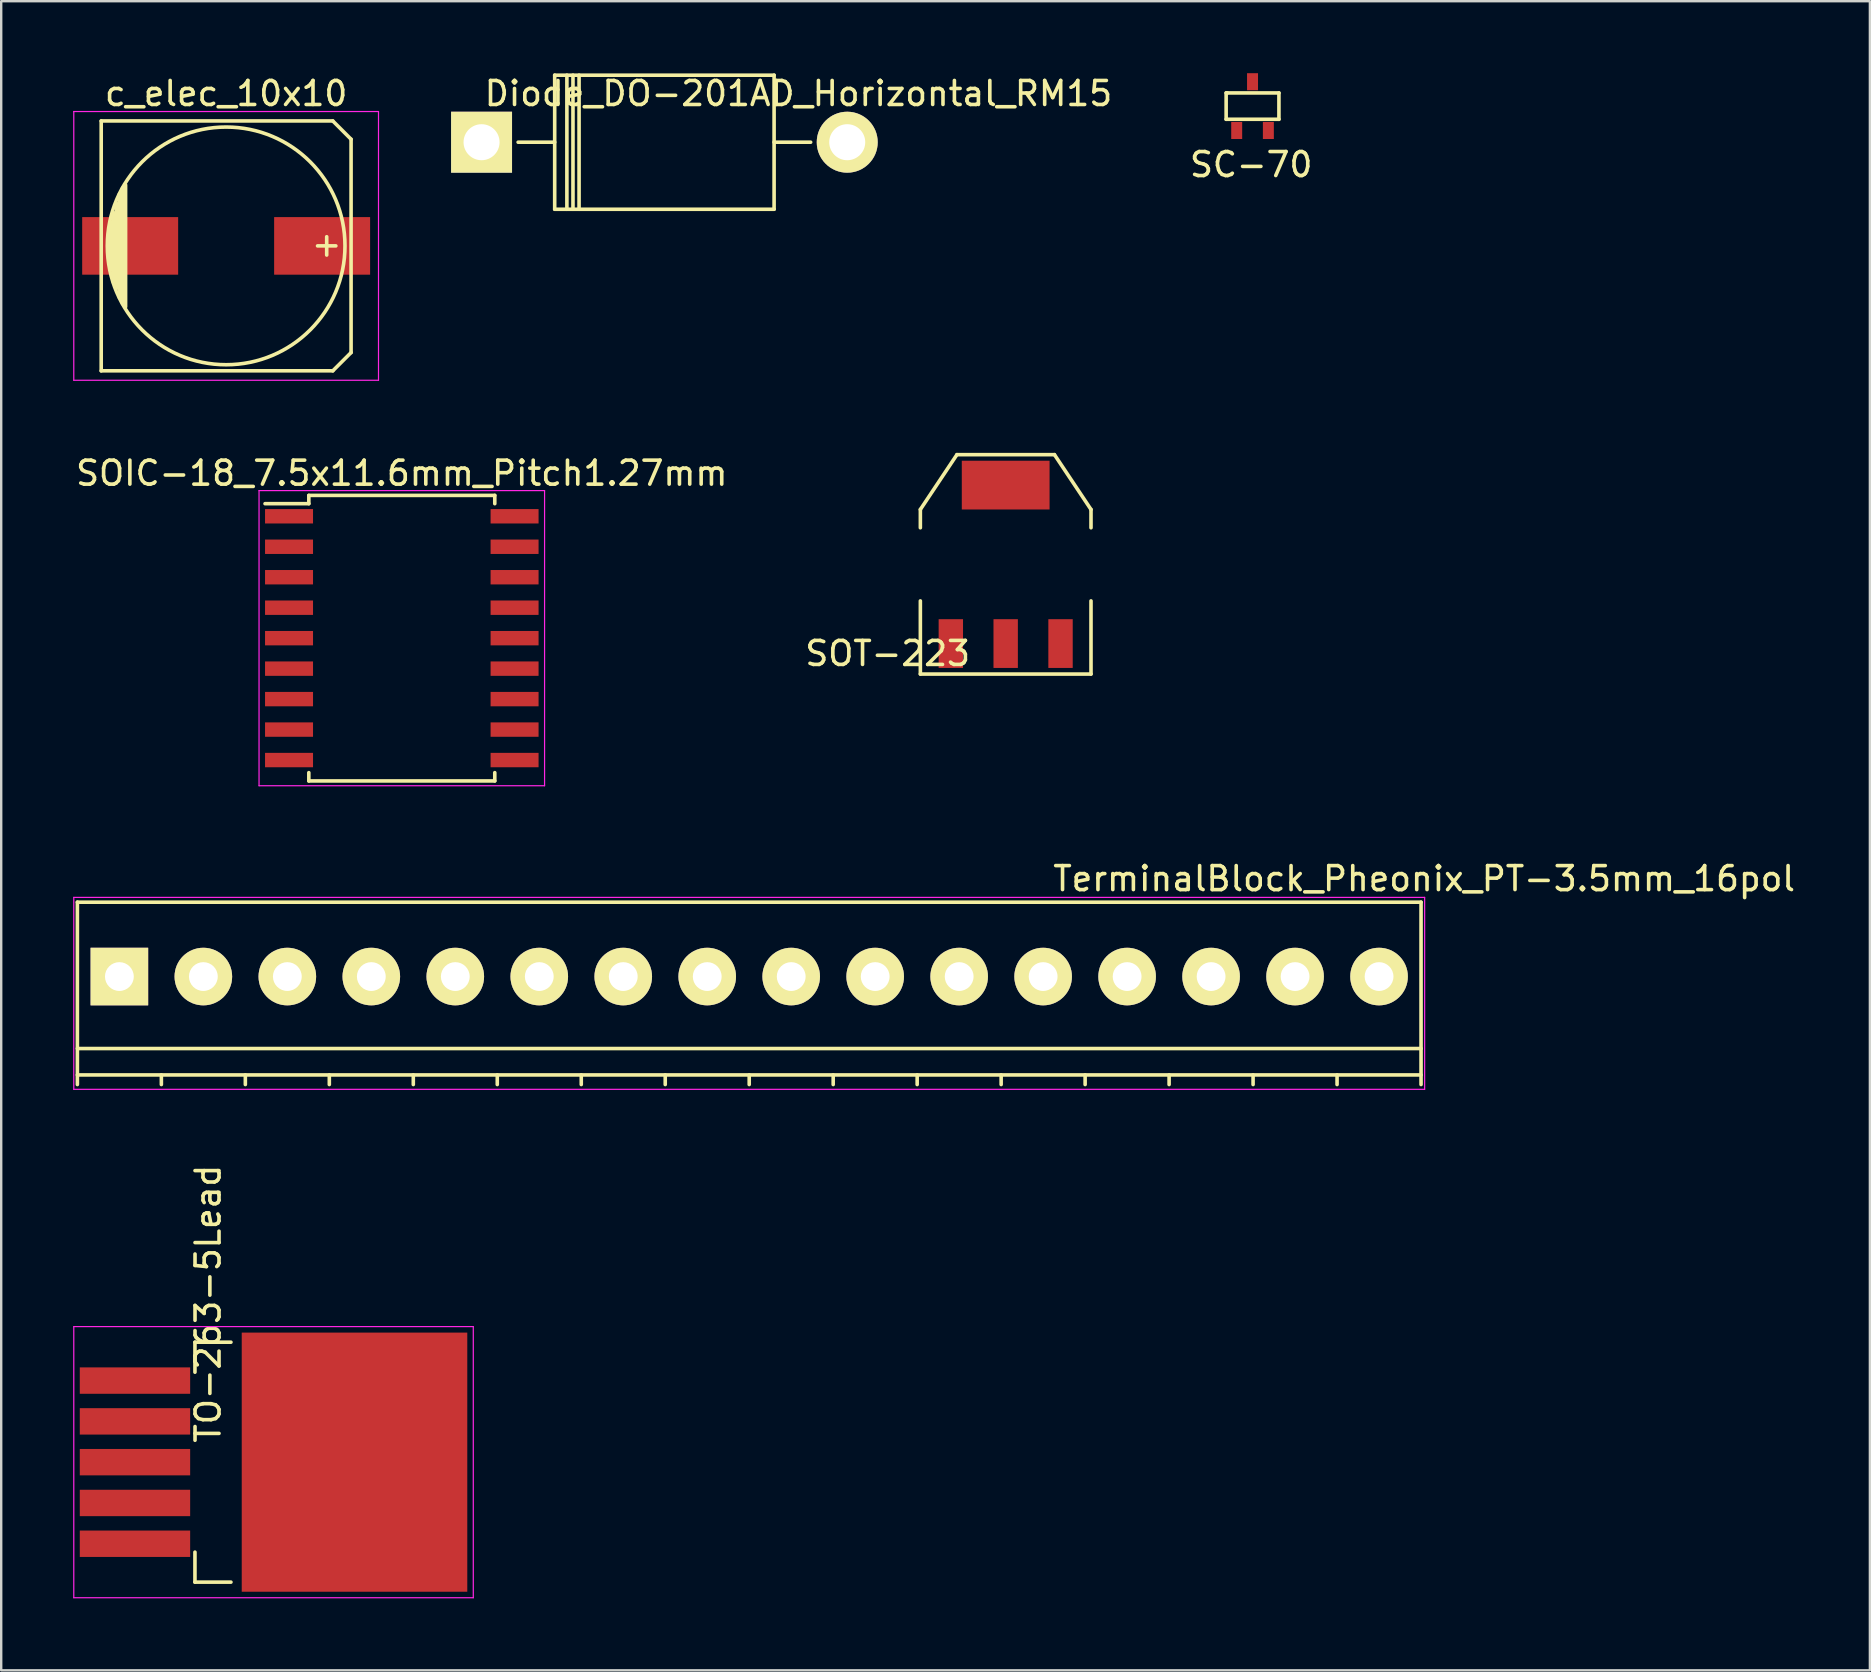
<source format=kicad_pcb>
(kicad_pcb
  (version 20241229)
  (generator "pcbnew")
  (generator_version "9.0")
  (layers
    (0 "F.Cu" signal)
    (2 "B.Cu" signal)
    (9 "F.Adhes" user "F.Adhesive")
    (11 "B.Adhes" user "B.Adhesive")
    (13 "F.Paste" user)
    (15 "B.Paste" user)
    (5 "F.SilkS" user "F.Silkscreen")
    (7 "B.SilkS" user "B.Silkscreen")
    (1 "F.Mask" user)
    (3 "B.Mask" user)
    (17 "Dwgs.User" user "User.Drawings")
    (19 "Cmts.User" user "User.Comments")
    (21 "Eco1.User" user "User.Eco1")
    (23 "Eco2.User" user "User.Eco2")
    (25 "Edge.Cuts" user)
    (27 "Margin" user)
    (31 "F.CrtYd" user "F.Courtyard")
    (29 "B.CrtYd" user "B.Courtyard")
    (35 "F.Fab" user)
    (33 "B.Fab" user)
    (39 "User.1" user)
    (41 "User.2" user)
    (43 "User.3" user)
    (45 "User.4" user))
  (footprint "c_elec_10x10"
    (layer "F.Cu")
    (at 6.375 7.198)
    (property "Reference" "c_elec_10x10" (at 0 -6.35 0) (layer "F.SilkS") (effects (font (size 1 1) (thickness 0.15))))
    (attr smd)
    (fp_line (start -5.207 -5.207) (end -5.207 5.207) (stroke (width 0.15) (type solid)) (layer "F.SilkS"))
    (fp_line (start -5.207 5.207) (end 4.445 5.207) (stroke (width 0.15) (type solid)) (layer "F.SilkS"))
    (fp_line (start -4.826 1.016) (end -4.826 -1.016) (stroke (width 0.15) (type solid)) (layer "F.SilkS"))
    (fp_line (start -4.699 -1.397) (end -4.699 1.524) (stroke (width 0.15) (type solid)) (layer "F.SilkS"))
    (fp_line (start -4.572 1.778) (end -4.572 -1.778) (stroke (width 0.15) (type solid)) (layer "F.SilkS"))
    (fp_line (start -4.445 -2.159) (end -4.445 2.159) (stroke (width 0.15) (type solid)) (layer "F.SilkS"))
    (fp_line (start -4.318 2.413) (end -4.318 -2.413) (stroke (width 0.15) (type solid)) (layer "F.SilkS"))
    (fp_line (start -4.191 -2.54) (end -4.191 2.54) (stroke (width 0.15) (type solid)) (layer "F.SilkS"))
    (fp_line (start 4.191 -0.381) (end 4.191 0.381) (stroke (width 0.15) (type solid)) (layer "F.SilkS"))
    (fp_line (start 4.445 -5.207) (end -5.207 -5.207) (stroke (width 0.15) (type solid)) (layer "F.SilkS"))
    (fp_line (start 4.445 5.207) (end 5.207 4.445) (stroke (width 0.15) (type solid)) (layer "F.SilkS"))
    (fp_line (start 4.572 0) (end 3.81 0) (stroke (width 0.15) (type solid)) (layer "F.SilkS"))
    (fp_line (start 5.207 -4.445) (end 4.445 -5.207) (stroke (width 0.15) (type solid)) (layer "F.SilkS"))
    (fp_line (start 5.207 4.445) (end 5.207 -4.445) (stroke (width 0.15) (type solid)) (layer "F.SilkS"))
    (fp_circle (center 0 0) (end 4.953 0) (stroke (width 0.15) (type solid)) (fill no) (layer "F.SilkS"))
    (fp_line (start -6.35 -5.6) (end 6.35 -5.6) (stroke (width 0.05) (type solid)) (layer "F.CrtYd"))
    (fp_line (start -6.35 5.6) (end -6.35 -5.6) (stroke (width 0.05) (type solid)) (layer "F.CrtYd"))
    (fp_line (start 6.35 -5.6) (end 6.35 5.6) (stroke (width 0.05) (type solid)) (layer "F.CrtYd"))
    (fp_line (start 6.35 5.6) (end -6.35 5.6) (stroke (width 0.05) (type solid)) (layer "F.CrtYd"))
    (pad "1" smd rect (at 4 0) (size 4 2.4) (layers "F.Cu" "F.Mask" "F.Paste"))
    (pad "2" smd rect (at -4 0) (size 4 2.4) (layers "F.Cu" "F.Mask" "F.Paste")))
  (footprint "TerminalBlock_Pheonix_PT-3.5mm_16pol"
    (layer "F.Cu")
    (at 1.925 37.65)
    (property "Reference" "TerminalBlock_Pheonix_PT-3.5mm_16pol" (at 54.38 -4.08 0) (layer "F.SilkS") (effects (font (size 1 1) (thickness 0.15))))
    (attr through_hole)
    (fp_line (start -1.75 -3.1) (end -1.75 4.5) (stroke (width 0.15) (type solid)) (layer "F.SilkS"))
    (fp_line (start -1.75 3) (end 54.25 3) (stroke (width 0.15) (type solid)) (layer "F.SilkS"))
    (fp_line (start -1.75 4.1) (end 54.25 4.1) (stroke (width 0.15) (type solid)) (layer "F.SilkS"))
    (fp_line (start 1.75 4.1) (end 1.75 4.5) (stroke (width 0.15) (type solid)) (layer "F.SilkS"))
    (fp_line (start 5.25 4.1) (end 5.25 4.5) (stroke (width 0.15) (type solid)) (layer "F.SilkS"))
    (fp_line (start 8.75 4.1) (end 8.75 4.5) (stroke (width 0.15) (type solid)) (layer "F.SilkS"))
    (fp_line (start 12.25 4.1) (end 12.25 4.5) (stroke (width 0.15) (type solid)) (layer "F.SilkS"))
    (fp_line (start 15.75 4.1) (end 15.75 4.5) (stroke (width 0.15) (type solid)) (layer "F.SilkS"))
    (fp_line (start 19.25 4.1) (end 19.25 4.5) (stroke (width 0.15) (type solid)) (layer "F.SilkS"))
    (fp_line (start 22.75 4.1) (end 22.75 4.5) (stroke (width 0.15) (type solid)) (layer "F.SilkS"))
    (fp_line (start 26.25 4.1) (end 26.25 4.5) (stroke (width 0.15) (type solid)) (layer "F.SilkS"))
    (fp_line (start 29.75 4.1) (end 29.75 4.5) (stroke (width 0.15) (type solid)) (layer "F.SilkS"))
    (fp_line (start 33.25 4.1) (end 33.25 4.5) (stroke (width 0.15) (type solid)) (layer "F.SilkS"))
    (fp_line (start 36.75 4.1) (end 36.75 4.5) (stroke (width 0.15) (type solid)) (layer "F.SilkS"))
    (fp_line (start 40.25 4.1) (end 40.25 4.5) (stroke (width 0.15) (type solid)) (layer "F.SilkS"))
    (fp_line (start 43.75 4.1) (end 43.75 4.5) (stroke (width 0.15) (type solid)) (layer "F.SilkS"))
    (fp_line (start 47.25 4.1) (end 47.25 4.5) (stroke (width 0.15) (type solid)) (layer "F.SilkS"))
    (fp_line (start 50.75 4.1) (end 50.75 4.5) (stroke (width 0.15) (type solid)) (layer "F.SilkS"))
    (fp_line (start 54.25 -3.1) (end -1.75 -3.1) (stroke (width 0.15) (type solid)) (layer "F.SilkS"))
    (fp_line (start 54.25 4.5) (end 54.25 -3.1) (stroke (width 0.15) (type solid)) (layer "F.SilkS"))
    (fp_line (start -1.9 -3.3) (end 54.4 -3.3) (stroke (width 0.05) (type solid)) (layer "F.CrtYd"))
    (fp_line (start -1.9 4.7) (end -1.9 -3.3) (stroke (width 0.05) (type solid)) (layer "F.CrtYd"))
    (fp_line (start 54.4 -3.3) (end 54.4 4.7) (stroke (width 0.05) (type solid)) (layer "F.CrtYd"))
    (fp_line (start 54.4 4.7) (end -1.9 4.7) (stroke (width 0.05) (type solid)) (layer "F.CrtYd"))
    (pad "1" thru_hole rect (at 0 0 180) (size 2.4 2.4) (drill 1.2) (layers "*.Cu" "*.Mask" "F.SilkS"))
    (pad "2" thru_hole circle (at 3.5 0 180) (size 2.4 2.4) (drill 1.2) (layers "*.Cu" "*.Mask" "F.SilkS"))
    (pad "3" thru_hole circle (at 7 0 180) (size 2.4 2.4) (drill 1.2) (layers "*.Cu" "*.Mask" "F.SilkS"))
    (pad "4" thru_hole circle (at 10.5 0 180) (size 2.4 2.4) (drill 1.2) (layers "*.Cu" "*.Mask" "F.SilkS"))
    (pad "5" thru_hole circle (at 14 0 180) (size 2.4 2.4) (drill 1.2) (layers "*.Cu" "*.Mask" "F.SilkS"))
    (pad "6" thru_hole circle (at 17.5 0 180) (size 2.4 2.4) (drill 1.2) (layers "*.Cu" "*.Mask" "F.SilkS"))
    (pad "7" thru_hole circle (at 21 0 180) (size 2.4 2.4) (drill 1.2) (layers "*.Cu" "*.Mask" "F.SilkS"))
    (pad "8" thru_hole circle (at 24.5 0 180) (size 2.4 2.4) (drill 1.2) (layers "*.Cu" "*.Mask" "F.SilkS"))
    (pad "9" thru_hole circle (at 28 0 180) (size 2.4 2.4) (drill 1.2) (layers "*.Cu" "*.Mask" "F.SilkS"))
    (pad "10" thru_hole circle (at 31.5 0 180) (size 2.4 2.4) (drill 1.2) (layers "*.Cu" "*.Mask" "F.SilkS"))
    (pad "11" thru_hole circle (at 35 0 180) (size 2.4 2.4) (drill 1.2) (layers "*.Cu" "*.Mask" "F.SilkS"))
    (pad "12" thru_hole circle (at 38.5 0 180) (size 2.4 2.4) (drill 1.2) (layers "*.Cu" "*.Mask" "F.SilkS"))
    (pad "13" thru_hole circle (at 42 0 180) (size 2.4 2.4) (drill 1.2) (layers "*.Cu" "*.Mask" "F.SilkS"))
    (pad "14" thru_hole circle (at 45.5 0 180) (size 2.4 2.4) (drill 1.2) (layers "*.Cu" "*.Mask" "F.SilkS"))
    (pad "15" thru_hole circle (at 49 0 180) (size 2.4 2.4) (drill 1.2) (layers "*.Cu" "*.Mask" "F.SilkS"))
    (pad "16" thru_hole circle (at 52.5 0 180) (size 2.4 2.4) (drill 1.2) (layers "*.Cu" "*.Mask" "F.SilkS")))
  (footprint "SC-70"
    (layer "F.Cu")
    (at 49.152 1.372)
    (property "Reference" "SC-70" (at -0.056 2.438 0) (layer "F.SilkS") (effects (font (size 1 1) (thickness 0.15))))
    (attr smd)
    (fp_line (start -1.1 -0.55) (end -1.1 0.55) (stroke (width 0.15) (type solid)) (layer "F.SilkS"))
    (fp_line (start -1.1 0.55) (end 1.1 0.55) (stroke (width 0.15) (type solid)) (layer "F.SilkS"))
    (fp_line (start -1.05 -0.55) (end -1.1 -0.55) (stroke (width 0.15) (type solid)) (layer "F.SilkS"))
    (fp_line (start 1.1 -0.55) (end -1.05 -0.55) (stroke (width 0.15) (type solid)) (layer "F.SilkS"))
    (fp_line (start 1.1 0.55) (end 1.1 -0.55) (stroke (width 0.15) (type solid)) (layer "F.SilkS"))
    (pad "1" smd rect (at -0.66 1.016) (size 0.457 0.711) (layers "F.Cu" "F.Mask" "F.Paste"))
    (pad "2" smd rect (at 0.66 1.016) (size 0.457 0.711) (layers "F.Cu" "F.Mask" "F.Paste"))
    (pad "3" smd rect (at 0 -1.016) (size 0.457 0.711) (layers "F.Cu" "F.Mask" "F.Paste")))
  (footprint "Diode_DO-201AD_Horizontal_RM15"
    (layer "F.Cu")
    (at 17.019 2.88)
    (property "Reference" "Diode_DO-201AD_Horizontal_RM15" (at 13.208 -2.032 0) (layer "F.SilkS") (effects (font (size 1 1) (thickness 0.15))))
    (attr through_hole)
    (fp_line (start 3.049 -2.797) (end 12.193 -2.797) (stroke (width 0.15) (type solid)) (layer "F.SilkS"))
    (fp_line (start 3.049 -0.003) (end 1.525 -0.003) (stroke (width 0.15) (type solid)) (layer "F.SilkS"))
    (fp_line (start 3.049 2.791) (end 3.049 -2.797) (stroke (width 0.15) (type solid)) (layer "F.SilkS"))
    (fp_line (start 3.557 -2.797) (end 3.557 2.791) (stroke (width 0.15) (type solid)) (layer "F.SilkS"))
    (fp_line (start 3.811 -2.797) (end 3.811 2.791) (stroke (width 0.15) (type solid)) (layer "F.SilkS"))
    (fp_line (start 4.065 -2.797) (end 4.065 2.791) (stroke (width 0.15) (type solid)) (layer "F.SilkS"))
    (fp_line (start 12.193 -2.797) (end 12.193 2.791) (stroke (width 0.15) (type solid)) (layer "F.SilkS"))
    (fp_line (start 12.193 -0.003) (end 13.717 -0.003) (stroke (width 0.15) (type solid)) (layer "F.SilkS"))
    (fp_line (start 12.193 2.791) (end 3.049 2.791) (stroke (width 0.15) (type solid)) (layer "F.SilkS"))
    (pad "1" thru_hole rect (at 0.001 -0.003 180) (size 2.54 2.54) (drill 1.501) (layers "*.Cu" "*.Mask" "F.SilkS"))
    (pad "2" thru_hole circle (at 15.241 -0.003 180) (size 2.54 2.54) (drill 1.501) (layers "*.Cu" "*.Mask" "F.SilkS")))
  (footprint "TO-263-5Lead"
    (layer "F.Cu")
    (at 2.575 57.889)
    (property "Reference" "TO-263-5Lead" (at 3.048 -6.604 90) (layer "F.SilkS") (effects (font (size 1 1) (thickness 0.15))))
    (attr smd)
    (fp_line (start 2.5 -5) (end 2.5 -3.75) (stroke (width 0.15) (type solid)) (layer "F.SilkS"))
    (fp_line (start 2.5 -5) (end 4 -5) (stroke (width 0.15) (type solid)) (layer "F.SilkS"))
    (fp_line (start 2.5 5) (end 2.5 3.75) (stroke (width 0.15) (type solid)) (layer "F.SilkS"))
    (fp_line (start 2.5 5) (end 4 5) (stroke (width 0.15) (type solid)) (layer "F.SilkS"))
    (fp_line (start -2.55 -5.65) (end -2.55 5.65) (stroke (width 0.05) (type solid)) (layer "F.CrtYd"))
    (fp_line (start 14.1 -5.65) (end -2.55 -5.65) (stroke (width 0.05) (type solid)) (layer "F.CrtYd"))
    (fp_line (start 14.1 -5.65) (end 14.1 5.65) (stroke (width 0.05) (type solid)) (layer "F.CrtYd"))
    (fp_line (start 14.1 5.65) (end -2.55 5.65) (stroke (width 0.05) (type solid)) (layer "F.CrtYd"))
    (pad "1" smd rect (at 0 -3.4) (size 4.6 1.1) (layers "F.Cu" "F.Mask" "F.Paste"))
    (pad "2" smd rect (at 0 -1.7) (size 4.6 1.1) (layers "F.Cu" "F.Mask" "F.Paste"))
    (pad "3" smd rect (at 0 0) (size 4.6 1.1) (layers "F.Cu" "F.Mask" "F.Paste"))
    (pad "3" smd rect (at 9.15 0) (size 9.4 10.8) (layers "F.Cu" "F.Mask" "F.Paste"))
    (pad "4" smd rect (at 0 1.7) (size 4.6 1.1) (layers "F.Cu" "F.Mask" "F.Paste"))
    (pad "5" smd rect (at 0 3.4) (size 4.6 1.1) (layers "F.Cu" "F.Mask" "F.Paste")))
  (footprint "SOIC-18_7.5x11.6mm_Pitch1.27mm"
    (layer "F.Cu")
    (at 13.696 23.547)
    (property "Reference" "SOIC-18_7.5x11.6mm_Pitch1.27mm" (at 0 -6.875 0) (layer "F.SilkS") (effects (font (size 1 1) (thickness 0.15))))
    (attr smd)
    (fp_line (start -3.875 -5.95) (end -3.875 -5.605) (stroke (width 0.15) (type solid)) (layer "F.SilkS"))
    (fp_line (start -3.875 -5.95) (end 3.875 -5.95) (stroke (width 0.15) (type solid)) (layer "F.SilkS"))
    (fp_line (start -3.875 -5.605) (end -5.7 -5.605) (stroke (width 0.15) (type solid)) (layer "F.SilkS"))
    (fp_line (start -3.875 5.95) (end -3.875 5.605) (stroke (width 0.15) (type solid)) (layer "F.SilkS"))
    (fp_line (start -3.875 5.95) (end 3.875 5.95) (stroke (width 0.15) (type solid)) (layer "F.SilkS"))
    (fp_line (start 3.875 -5.95) (end 3.875 -5.605) (stroke (width 0.15) (type solid)) (layer "F.SilkS"))
    (fp_line (start 3.875 5.95) (end 3.875 5.605) (stroke (width 0.15) (type solid)) (layer "F.SilkS"))
    (fp_line (start -5.95 -6.15) (end -5.95 6.15) (stroke (width 0.05) (type solid)) (layer "F.CrtYd"))
    (fp_line (start -5.95 -6.15) (end 5.95 -6.15) (stroke (width 0.05) (type solid)) (layer "F.CrtYd"))
    (fp_line (start -5.95 6.15) (end 5.95 6.15) (stroke (width 0.05) (type solid)) (layer "F.CrtYd"))
    (fp_line (start 5.95 -6.15) (end 5.95 6.15) (stroke (width 0.05) (type solid)) (layer "F.CrtYd"))
    (pad "1" smd rect (at -4.7 -5.08) (size 2 0.6) (layers "F.Cu" "F.Mask" "F.Paste"))
    (pad "2" smd rect (at -4.7 -3.81) (size 2 0.6) (layers "F.Cu" "F.Mask" "F.Paste"))
    (pad "3" smd rect (at -4.7 -2.54) (size 2 0.6) (layers "F.Cu" "F.Mask" "F.Paste"))
    (pad "4" smd rect (at -4.7 -1.27) (size 2 0.6) (layers "F.Cu" "F.Mask" "F.Paste"))
    (pad "5" smd rect (at -4.7 0) (size 2 0.6) (layers "F.Cu" "F.Mask" "F.Paste"))
    (pad "6" smd rect (at -4.7 1.27) (size 2 0.6) (layers "F.Cu" "F.Mask" "F.Paste"))
    (pad "7" smd rect (at -4.7 2.54) (size 2 0.6) (layers "F.Cu" "F.Mask" "F.Paste"))
    (pad "8" smd rect (at -4.7 3.81) (size 2 0.6) (layers "F.Cu" "F.Mask" "F.Paste"))
    (pad "9" smd rect (at -4.7 5.08) (size 2 0.6) (layers "F.Cu" "F.Mask" "F.Paste"))
    (pad "10" smd rect (at 4.7 5.08) (size 2 0.6) (layers "F.Cu" "F.Mask" "F.Paste"))
    (pad "11" smd rect (at 4.7 3.81) (size 2 0.6) (layers "F.Cu" "F.Mask" "F.Paste"))
    (pad "12" smd rect (at 4.7 2.54) (size 2 0.6) (layers "F.Cu" "F.Mask" "F.Paste"))
    (pad "13" smd rect (at 4.7 1.27) (size 2 0.6) (layers "F.Cu" "F.Mask" "F.Paste"))
    (pad "14" smd rect (at 4.7 0) (size 2 0.6) (layers "F.Cu" "F.Mask" "F.Paste"))
    (pad "15" smd rect (at 4.7 -1.27) (size 2 0.6) (layers "F.Cu" "F.Mask" "F.Paste"))
    (pad "16" smd rect (at 4.7 -2.54) (size 2 0.6) (layers "F.Cu" "F.Mask" "F.Paste"))
    (pad "17" smd rect (at 4.7 -3.81) (size 2 0.6) (layers "F.Cu" "F.Mask" "F.Paste"))
    (pad "18" smd rect (at 4.7 -5.08) (size 2 0.6) (layers "F.Cu" "F.Mask" "F.Paste")))
  (footprint "SOT-223"
    (layer "F.Cu")
    (at 38.864 20.47)
    (property "Reference" "SOT-223" (at -4.918 3.716 0) (layer "F.SilkS") (effects (font (size 1 1) (thickness 0.15))))
    (attr smd)
    (fp_line (start -3.556 -2.286) (end -2.032 -4.572) (stroke (width 0.15) (type solid)) (layer "F.SilkS"))
    (fp_line (start -3.556 -1.524) (end -3.556 -2.286) (stroke (width 0.15) (type solid)) (layer "F.SilkS"))
    (fp_line (start -3.556 1.524) (end -3.556 4.572) (stroke (width 0.15) (type solid)) (layer "F.SilkS"))
    (fp_line (start -3.556 4.572) (end 3.556 4.572) (stroke (width 0.15) (type solid)) (layer "F.SilkS"))
    (fp_line (start -2.032 -4.572) (end 2.032 -4.572) (stroke (width 0.15) (type solid)) (layer "F.SilkS"))
    (fp_line (start 2.032 -4.572) (end 3.556 -2.286) (stroke (width 0.15) (type solid)) (layer "F.SilkS"))
    (fp_line (start 3.556 -2.286) (end 3.556 -1.524) (stroke (width 0.15) (type solid)) (layer "F.SilkS"))
    (fp_line (start 3.556 4.572) (end 3.556 1.524) (stroke (width 0.15) (type solid)) (layer "F.SilkS"))
    (pad "1" smd rect (at -2.286 3.302) (size 1.016 2.032) (layers "F.Cu" "F.Mask" "F.Paste"))
    (pad "2" smd rect (at 0 3.302) (size 1.016 2.032) (layers "F.Cu" "F.Mask" "F.Paste"))
    (pad "3" smd rect (at 2.286 3.302) (size 1.016 2.032) (layers "F.Cu" "F.Mask" "F.Paste"))
    (pad "4" smd rect (at 0 -3.302) (size 3.658 2.032) (layers "F.Cu" "F.Mask" "F.Paste")))
  (gr_rect
    (start -3 -3)
    (end 74.882 66.564)
    (stroke (width 0.1) (type default))
    (fill no)
    (layer "Edge.Cuts")))
</source>
